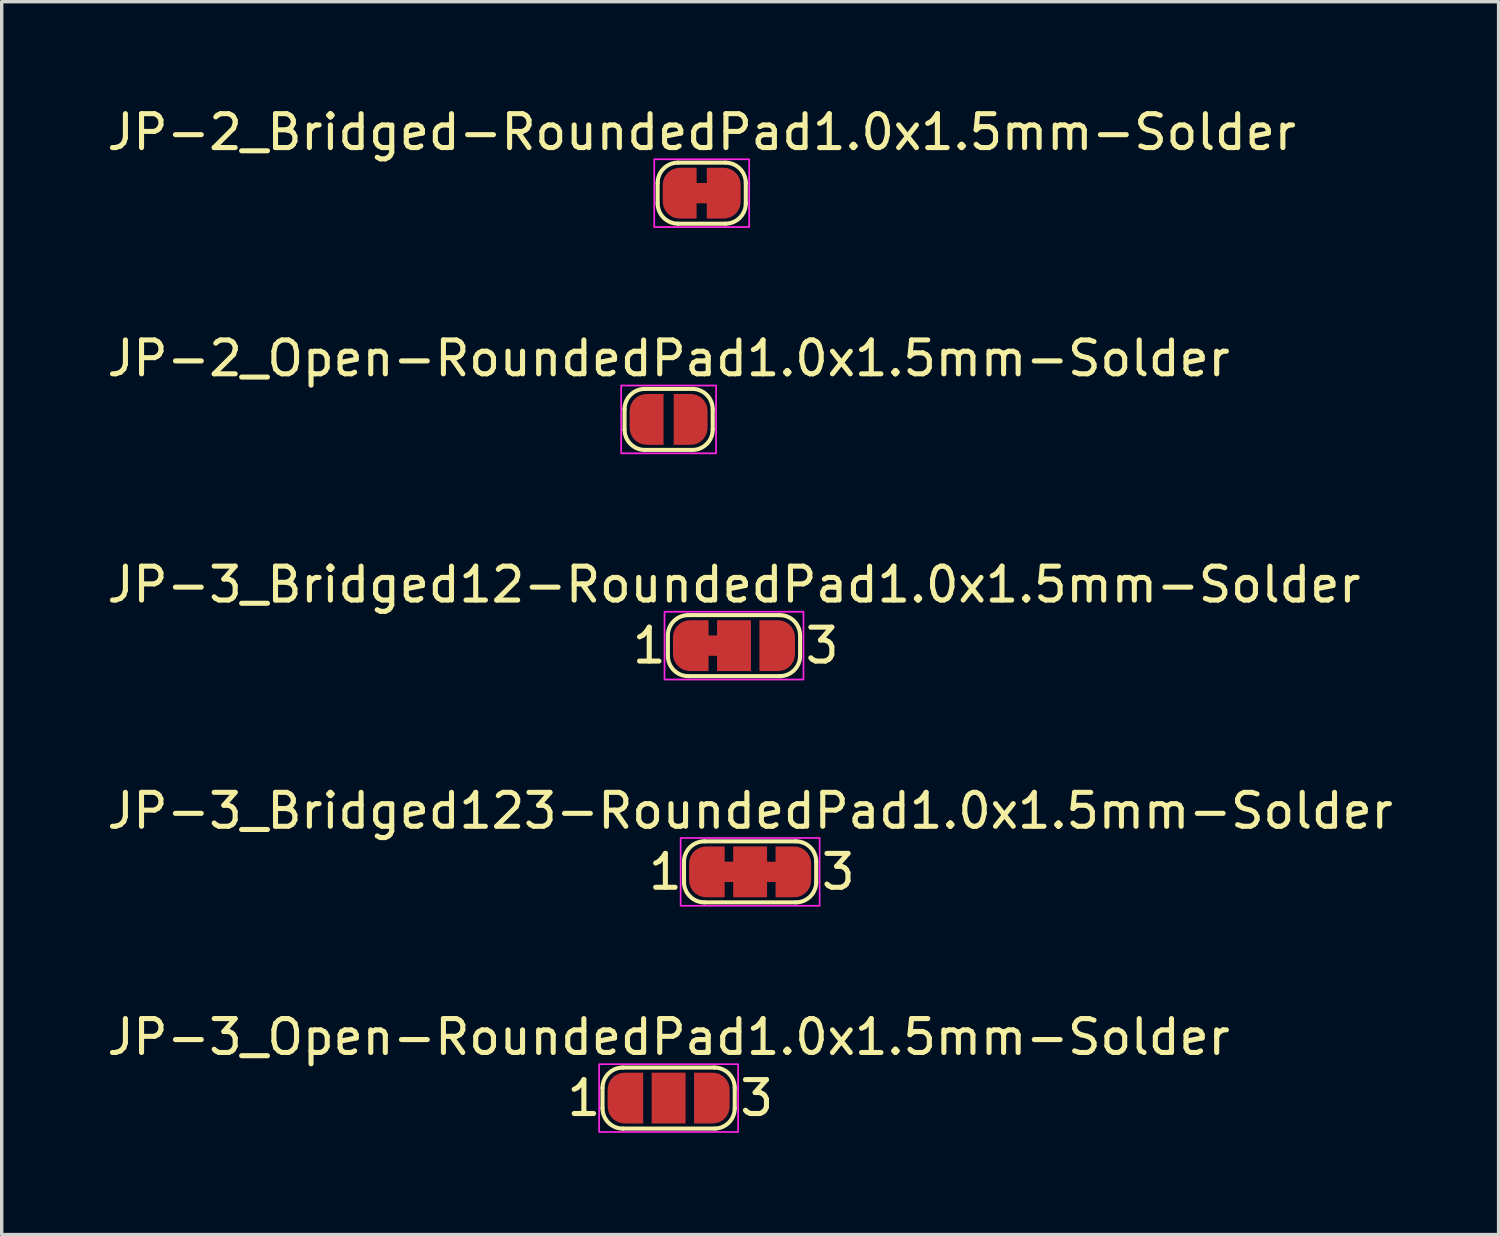
<source format=kicad_pcb>
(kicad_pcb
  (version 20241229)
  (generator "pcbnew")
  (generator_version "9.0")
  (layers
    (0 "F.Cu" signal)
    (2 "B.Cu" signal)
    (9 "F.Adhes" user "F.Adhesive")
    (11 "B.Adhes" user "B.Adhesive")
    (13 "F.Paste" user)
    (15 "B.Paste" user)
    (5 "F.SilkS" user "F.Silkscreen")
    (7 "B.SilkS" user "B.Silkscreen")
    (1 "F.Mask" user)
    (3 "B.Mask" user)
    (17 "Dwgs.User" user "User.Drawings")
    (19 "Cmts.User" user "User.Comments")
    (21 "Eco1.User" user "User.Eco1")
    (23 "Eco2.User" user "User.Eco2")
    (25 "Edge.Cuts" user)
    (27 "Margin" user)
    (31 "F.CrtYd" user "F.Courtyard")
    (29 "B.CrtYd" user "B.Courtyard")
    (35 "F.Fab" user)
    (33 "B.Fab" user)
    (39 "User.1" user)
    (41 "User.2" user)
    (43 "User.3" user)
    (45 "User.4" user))
  (footprint "JP-2_Open-RoundedPad1.0x1.5mm-Solder"
    (layer "F.Cu")
    (at 16.673 9.322)
    (property "Reference" "JP-2_Open-RoundedPad1.0x1.5mm-Solder" (at 0 -1.8 0) (layer "F.SilkS") (effects (font (size 1 1) (thickness 0.15))))
    (attr exclude_from_pos_files exclude_from_bom allow_soldermask_bridges)
    (fp_rect (start -0.15 -0.82) (end 0.15 0.82) (stroke (width 0) (type default)) (fill yes) (layer "F.Mask"))
    (fp_line (start -1.3 0.3) (end -1.3 -0.3) (stroke (width 0.12) (type solid)) (layer "F.SilkS"))
    (fp_line (start -0.7 -0.9) (end 0.7 -0.9) (stroke (width 0.12) (type solid)) (layer "F.SilkS"))
    (fp_line (start 0.7 0.9) (end -0.7 0.9) (stroke (width 0.12) (type solid)) (layer "F.SilkS"))
    (fp_line (start 1.3 -0.3) (end 1.3 0.3) (stroke (width 0.12) (type solid)) (layer "F.SilkS"))
    (fp_arc (start -1.3 -0.3) (mid -1.124264 -0.724264) (end -0.7 -0.9) (stroke (width 0.12) (type solid)) (layer "F.SilkS"))
    (fp_arc (start -0.7 0.9) (mid -1.124264 0.724264) (end -1.3 0.3) (stroke (width 0.12) (type solid)) (layer "F.SilkS"))
    (fp_arc (start 0.7 -0.9) (mid 1.124264 -0.724264) (end 1.3 -0.3) (stroke (width 0.12) (type solid)) (layer "F.SilkS"))
    (fp_arc (start 1.3 0.3) (mid 1.124264 0.724264) (end 0.7 0.9) (stroke (width 0.12) (type solid)) (layer "F.SilkS"))
    (fp_rect (start -1.4 -1) (end 1.4 1) (stroke (width 0.05) (type default)) (fill no) (layer "F.CrtYd"))
    (pad "1" smd custom (at -0.65 0) (size 1 0.5) (layers "F.Cu" "F.Mask") (options (anchor rect)) (primitives (gr_circle (center 0 0.25) (end 0.5 0.25) (width 0) (fill yes)) (gr_circle (center 0 -0.25) (end 0.5 -0.25) (width 0) (fill yes)) (gr_poly (pts (xy 0.5 0.75) (xy 0 0.75) (xy 0 -0.75) (xy 0.5 -0.75)) (width 0) (fill yes))))
    (pad "2" smd custom (at 0.65 0) (size 1 0.5) (layers "F.Cu" "F.Mask") (options (anchor rect)) (primitives (gr_circle (center 0 0.25) (end 0.5 0.25) (width 0) (fill yes)) (gr_circle (center 0 -0.25) (end 0.5 -0.25) (width 0) (fill yes)) (gr_poly (pts (xy 0 0.75) (xy -0.5 0.75) (xy -0.5 -0.75) (xy 0 -0.75)) (width 0) (fill yes)))))
  (footprint "JP-3_Bridged123-RoundedPad1.0x1.5mm-Solder"
    (layer "F.Cu")
    (at 19.077 22.668)
    (property "Reference" "JP-3_Bridged123-RoundedPad1.0x1.5mm-Solder" (at 0 -1.8 0) (layer "F.SilkS") (effects (font (size 1 1) (thickness 0.15))))
    (attr exclude_from_pos_files exclude_from_bom allow_soldermask_bridges)
    (fp_poly (pts (xy -0.9 -0.3) (xy -0.4 -0.3) (xy -0.4 0.3) (xy -0.9 0.3)) (stroke (width 0) (type solid)) (fill yes) (layer "F.Cu"))
    (fp_poly (pts (xy 0.4 -0.3) (xy 0.9 -0.3) (xy 0.9 0.3) (xy 0.4 0.3)) (stroke (width 0) (type solid)) (fill yes) (layer "F.Cu"))
    (fp_rect (start -0.75 -0.82) (end 0.75 0.82) (stroke (width 0) (type default)) (fill yes) (layer "F.Mask"))
    (fp_line (start -1.95 0.3) (end -1.95 -0.3) (stroke (width 0.12) (type solid)) (layer "F.SilkS"))
    (fp_line (start -1.35 -0.9) (end 1.35 -0.9) (stroke (width 0.12) (type solid)) (layer "F.SilkS"))
    (fp_line (start 1.35 0.9) (end -1.35 0.9) (stroke (width 0.12) (type solid)) (layer "F.SilkS"))
    (fp_line (start 1.95 -0.3) (end 1.95 0.3) (stroke (width 0.12) (type solid)) (layer "F.SilkS"))
    (fp_arc (start -1.95 -0.3) (mid -1.774264 -0.724264) (end -1.35 -0.9) (stroke (width 0.12) (type solid)) (layer "F.SilkS"))
    (fp_arc (start -1.35 0.9) (mid -1.774264 0.724264) (end -1.95 0.3) (stroke (width 0.12) (type solid)) (layer "F.SilkS"))
    (fp_arc (start 1.35 -0.9) (mid 1.774264 -0.724264) (end 1.95 -0.3) (stroke (width 0.12) (type solid)) (layer "F.SilkS"))
    (fp_arc (start 1.95 0.3) (mid 1.774264 0.724264) (end 1.35 0.9) (stroke (width 0.12) (type solid)) (layer "F.SilkS"))
    (fp_rect (start -2.05 -1) (end 2.05 1) (stroke (width 0.05) (type default)) (fill no) (layer "F.CrtYd"))
    (fp_text user "1" (at -2.5 0 0) (layer "F.SilkS") (effects (font (size 1 1) (thickness 0.15))))
    (fp_text user "3" (at 2.6 0 0) (layer "F.SilkS") (effects (font (size 1 1) (thickness 0.15))))
    (pad "1" smd custom (at -1.3 0) (size 1 0.5) (layers "F.Cu" "F.Mask") (options (anchor rect)) (primitives (gr_poly (pts (xy 0.55 0.75) (xy 0 0.75) (xy 0 -0.75) (xy 0.55 -0.75)) (width 0) (fill yes)) (gr_circle (center 0 0.25) (end 0.5 0.25) (width 0) (fill yes)) (gr_circle (center 0 -0.25) (end 0.5 -0.25) (width 0) (fill yes))))
    (pad "2" smd rect (at 0 0) (size 1 1.5) (layers "F.Cu" "F.Mask"))
    (pad "3" smd custom (at 1.3 0) (size 1 0.5) (layers "F.Cu" "F.Mask") (options (anchor rect)) (primitives (gr_circle (center 0 0.25) (end 0.5 0.25) (width 0) (fill yes)) (gr_circle (center 0 -0.25) (end 0.5 -0.25) (width 0) (fill yes)) (gr_poly (pts (xy 0 0.75) (xy -0.55 0.75) (xy -0.55 -0.75) (xy 0 -0.75)) (width 0) (fill yes)))))
  (footprint "JP-2_Bridged-RoundedPad1.0x1.5mm-Solder"
    (layer "F.Cu")
    (at 17.649 2.648)
    (property "Reference" "JP-2_Bridged-RoundedPad1.0x1.5mm-Solder" (at 0 -1.8 0) (layer "F.SilkS") (effects (font (size 1 1) (thickness 0.15))))
    (attr exclude_from_pos_files exclude_from_bom allow_soldermask_bridges)
    (fp_poly (pts (xy 0.25 -0.3) (xy -0.25 -0.3) (xy -0.25 0.3) (xy 0.25 0.3)) (stroke (width 0) (type solid)) (fill yes) (layer "F.Cu"))
    (fp_rect (start -0.15 -0.82) (end 0.15 0.82) (stroke (width 0) (type default)) (fill yes) (layer "F.Mask"))
    (fp_line (start -1.3 0.3) (end -1.3 -0.3) (stroke (width 0.12) (type solid)) (layer "F.SilkS"))
    (fp_line (start -0.7 -0.9) (end 0.7 -0.9) (stroke (width 0.12) (type solid)) (layer "F.SilkS"))
    (fp_line (start 0.7 0.9) (end -0.7 0.9) (stroke (width 0.12) (type solid)) (layer "F.SilkS"))
    (fp_line (start 1.3 -0.3) (end 1.3 0.3) (stroke (width 0.12) (type solid)) (layer "F.SilkS"))
    (fp_arc (start -1.3 -0.3) (mid -1.124264 -0.724264) (end -0.7 -0.9) (stroke (width 0.12) (type solid)) (layer "F.SilkS"))
    (fp_arc (start -0.7 0.9) (mid -1.124264 0.724264) (end -1.3 0.3) (stroke (width 0.12) (type solid)) (layer "F.SilkS"))
    (fp_arc (start 0.7 -0.9) (mid 1.124264 -0.724264) (end 1.3 -0.3) (stroke (width 0.12) (type solid)) (layer "F.SilkS"))
    (fp_arc (start 1.3 0.3) (mid 1.124264 0.724264) (end 0.7 0.9) (stroke (width 0.12) (type solid)) (layer "F.SilkS"))
    (fp_rect (start -1.4 -1) (end 1.4 1) (stroke (width 0.05) (type default)) (fill no) (layer "F.CrtYd"))
    (pad "1" smd custom (at -0.65 0) (size 1 0.5) (layers "F.Cu" "F.Mask") (options (anchor rect)) (primitives (gr_circle (center 0 0.25) (end 0.5 0.25) (width 0) (fill yes)) (gr_circle (center 0 -0.25) (end 0.5 -0.25) (width 0) (fill yes)) (gr_poly (pts (xy 0.5 0.75) (xy 0 0.75) (xy 0 -0.75) (xy 0.5 -0.75)) (width 0) (fill yes))))
    (pad "2" smd custom (at 0.65 0) (size 1 0.5) (layers "F.Cu" "F.Mask") (options (anchor rect)) (primitives (gr_circle (center 0 0.25) (end 0.5 0.25) (width 0) (fill yes)) (gr_circle (center 0 -0.25) (end 0.5 -0.25) (width 0) (fill yes)) (gr_poly (pts (xy 0 0.75) (xy -0.5 0.75) (xy -0.5 -0.75) (xy 0 -0.75)) (width 0) (fill yes)))))
  (footprint "JP-3_Bridged12-RoundedPad1.0x1.5mm-Solder"
    (layer "F.Cu")
    (at 18.601 15.995)
    (property "Reference" "JP-3_Bridged12-RoundedPad1.0x1.5mm-Solder" (at 0 -1.8 0) (layer "F.SilkS") (effects (font (size 1 1) (thickness 0.15))))
    (attr exclude_from_pos_files exclude_from_bom allow_soldermask_bridges)
    (fp_poly (pts (xy -0.9 -0.3) (xy -0.4 -0.3) (xy -0.4 0.3) (xy -0.9 0.3)) (stroke (width 0) (type solid)) (fill yes) (layer "F.Cu"))
    (fp_rect (start -0.75 -0.82) (end 0.75 0.82) (stroke (width 0) (type default)) (fill yes) (layer "F.Mask"))
    (fp_line (start -1.95 0.3) (end -1.95 -0.3) (stroke (width 0.12) (type solid)) (layer "F.SilkS"))
    (fp_line (start -1.35 -0.9) (end 1.35 -0.9) (stroke (width 0.12) (type solid)) (layer "F.SilkS"))
    (fp_line (start 1.35 0.9) (end -1.35 0.9) (stroke (width 0.12) (type solid)) (layer "F.SilkS"))
    (fp_line (start 1.95 -0.3) (end 1.95 0.3) (stroke (width 0.12) (type solid)) (layer "F.SilkS"))
    (fp_arc (start -1.95 -0.3) (mid -1.774264 -0.724264) (end -1.35 -0.9) (stroke (width 0.12) (type solid)) (layer "F.SilkS"))
    (fp_arc (start -1.35 0.9) (mid -1.774264 0.724264) (end -1.95 0.3) (stroke (width 0.12) (type solid)) (layer "F.SilkS"))
    (fp_arc (start 1.35 -0.9) (mid 1.774264 -0.724264) (end 1.95 -0.3) (stroke (width 0.12) (type solid)) (layer "F.SilkS"))
    (fp_arc (start 1.95 0.3) (mid 1.774264 0.724264) (end 1.35 0.9) (stroke (width 0.12) (type solid)) (layer "F.SilkS"))
    (fp_rect (start -2.05 -1) (end 2.05 1) (stroke (width 0.05) (type default)) (fill no) (layer "F.CrtYd"))
    (fp_text user "3" (at 2.6 0 0) (layer "F.SilkS") (effects (font (size 1 1) (thickness 0.15))))
    (fp_text user "1" (at -2.5 0 0) (layer "F.SilkS") (effects (font (size 1 1) (thickness 0.15))))
    (pad "1" smd custom (at -1.3 0) (size 1 0.5) (layers "F.Cu" "F.Mask") (options (anchor rect)) (primitives (gr_poly (pts (xy 0.55 0.75) (xy 0 0.75) (xy 0 -0.75) (xy 0.55 -0.75)) (width 0) (fill yes)) (gr_circle (center 0 0.25) (end 0.5 0.25) (width 0) (fill yes)) (gr_circle (center 0 -0.25) (end 0.5 -0.25) (width 0) (fill yes))))
    (pad "2" smd rect (at 0 0) (size 1 1.5) (layers "F.Cu" "F.Mask"))
    (pad "3" smd custom (at 1.3 0) (size 1 0.5) (layers "F.Cu" "F.Mask") (options (anchor rect)) (primitives (gr_circle (center 0 0.25) (end 0.5 0.25) (width 0) (fill yes)) (gr_circle (center 0 -0.25) (end 0.5 -0.25) (width 0) (fill yes)) (gr_poly (pts (xy 0 0.75) (xy -0.55 0.75) (xy -0.55 -0.75) (xy 0 -0.75)) (width 0) (fill yes)))))
  (footprint "JP-3_Open-RoundedPad1.0x1.5mm-Solder"
    (layer "F.Cu")
    (at 16.673 29.341)
    (property "Reference" "JP-3_Open-RoundedPad1.0x1.5mm-Solder" (at 0 -1.8 0) (layer "F.SilkS") (effects (font (size 1 1) (thickness 0.15))))
    (attr exclude_from_pos_files exclude_from_bom allow_soldermask_bridges)
    (fp_rect (start -0.75 -0.82) (end 0.75 0.82) (stroke (width 0) (type default)) (fill yes) (layer "F.Mask"))
    (fp_line (start -1.95 0.3) (end -1.95 -0.3) (stroke (width 0.12) (type solid)) (layer "F.SilkS"))
    (fp_line (start -1.35 -0.9) (end 1.35 -0.9) (stroke (width 0.12) (type solid)) (layer "F.SilkS"))
    (fp_line (start 1.35 0.9) (end -1.35 0.9) (stroke (width 0.12) (type solid)) (layer "F.SilkS"))
    (fp_line (start 1.95 -0.3) (end 1.95 0.3) (stroke (width 0.12) (type solid)) (layer "F.SilkS"))
    (fp_arc (start -1.95 -0.3) (mid -1.774264 -0.724264) (end -1.35 -0.9) (stroke (width 0.12) (type solid)) (layer "F.SilkS"))
    (fp_arc (start -1.35 0.9) (mid -1.774264 0.724264) (end -1.95 0.3) (stroke (width 0.12) (type solid)) (layer "F.SilkS"))
    (fp_arc (start 1.35 -0.9) (mid 1.774264 -0.724264) (end 1.95 -0.3) (stroke (width 0.12) (type solid)) (layer "F.SilkS"))
    (fp_arc (start 1.95 0.3) (mid 1.774264 0.724264) (end 1.35 0.9) (stroke (width 0.12) (type solid)) (layer "F.SilkS"))
    (fp_rect (start -2.05 -1) (end 2.05 1) (stroke (width 0.05) (type default)) (fill no) (layer "F.CrtYd"))
    (fp_text user "3" (at 2.6 0 0) (layer "F.SilkS") (effects (font (size 1 1) (thickness 0.15))))
    (fp_text user "1" (at -2.5 0 0) (layer "F.SilkS") (effects (font (size 1 1) (thickness 0.15))))
    (pad "1" smd custom (at -1.3 0) (size 1 0.5) (layers "F.Cu" "F.Mask") (options (anchor rect)) (primitives (gr_poly (pts (xy 0.55 0.75) (xy 0 0.75) (xy 0 -0.75) (xy 0.55 -0.75)) (width 0) (fill yes)) (gr_circle (center 0 0.25) (end 0.5 0.25) (width 0) (fill yes)) (gr_circle (center 0 -0.25) (end 0.5 -0.25) (width 0) (fill yes))))
    (pad "2" smd rect (at 0 0) (size 1 1.5) (layers "F.Cu" "F.Mask"))
    (pad "3" smd custom (at 1.3 0) (size 1 0.5) (layers "F.Cu" "F.Mask") (options (anchor rect)) (primitives (gr_circle (center 0 0.25) (end 0.5 0.25) (width 0) (fill yes)) (gr_circle (center 0 -0.25) (end 0.5 -0.25) (width 0) (fill yes)) (gr_poly (pts (xy 0 0.75) (xy -0.55 0.75) (xy -0.55 -0.75) (xy 0 -0.75)) (width 0) (fill yes)))))
  (gr_rect
    (start -3 -3)
    (end 41.155 33.366)
    (stroke (width 0.1) (type default))
    (fill no)
    (layer "Edge.Cuts")))
</source>
